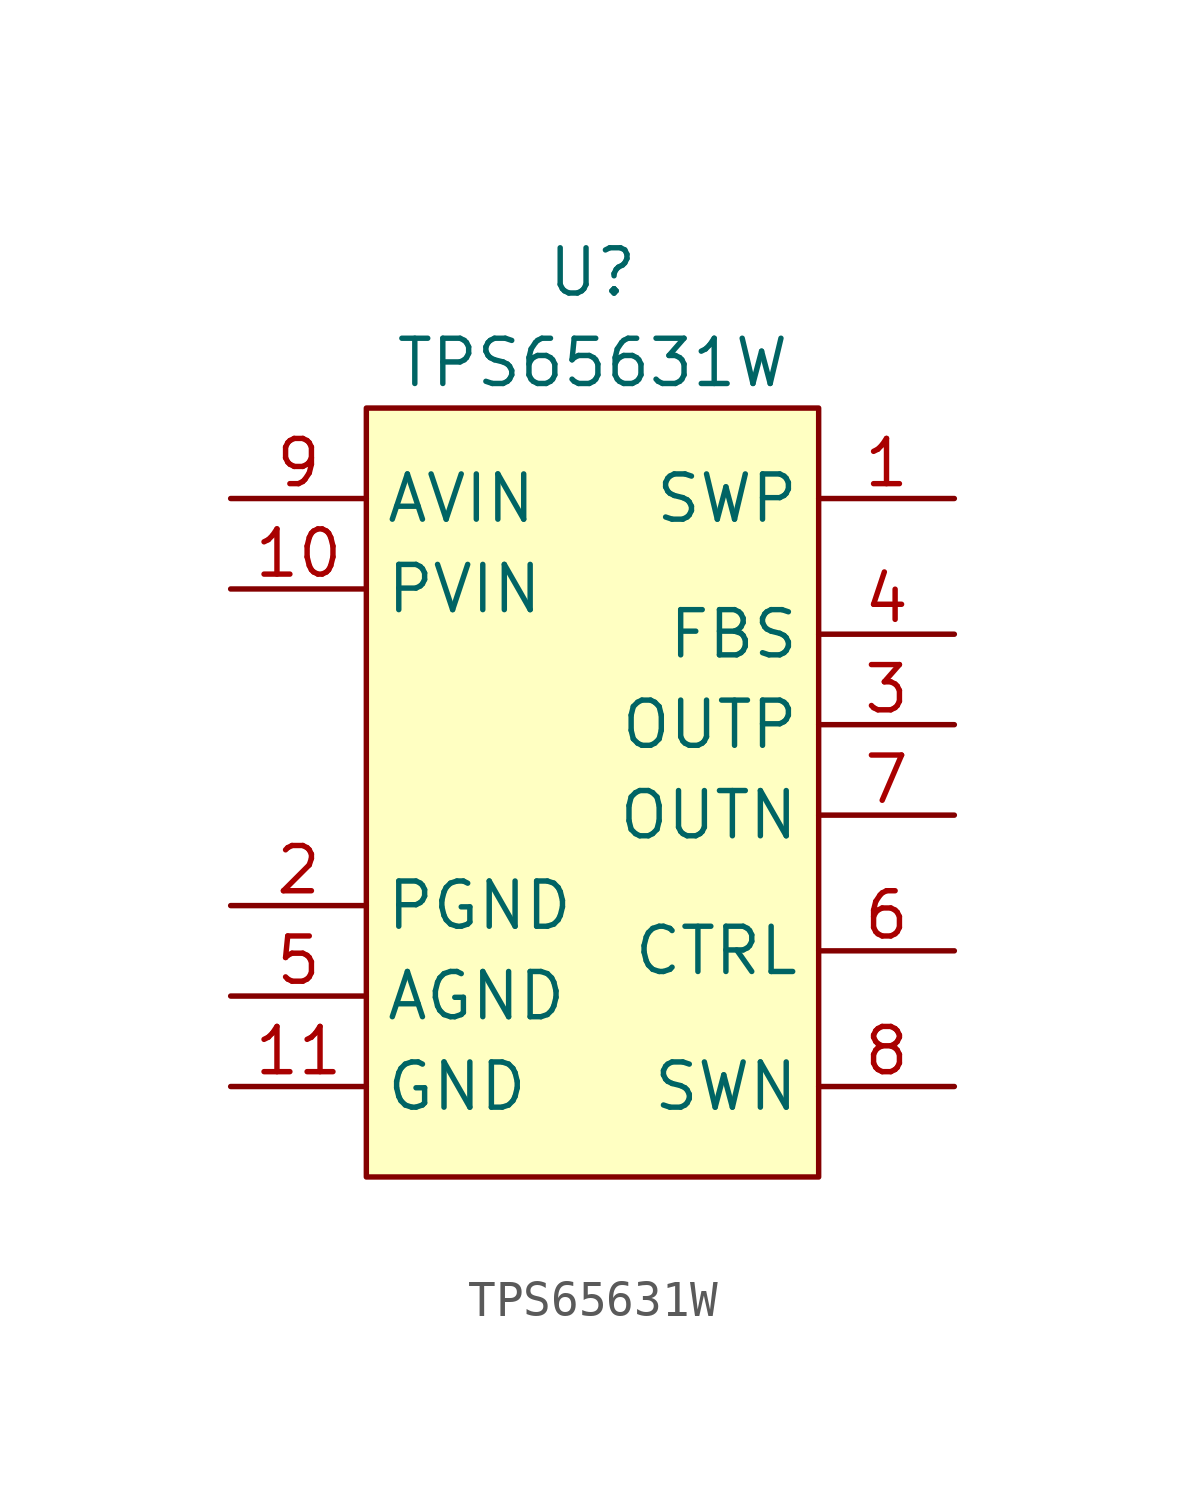
<source format=kicad_sym>
(kicad_symbol_lib
  (version 20220914)
  (generator kicad_symbol_editor)
  (symbol "TPS65631W"
    (property "Reference" "U"
      (at 0 13.97 0)
      (effects (font (size 1.27 1.27))))
    (property "Value" "TPS65631W"
      (at 0 11.43 0)
      (effects (font (size 1.27 1.27))))
    (symbol "TPS65631W_1_1"
      (rectangle (start -6.35 10.16) (end 6.35 -11.43) (stroke (width 0) (type default)) (fill (type background)))
      (pin power_out line (at 10.16 7.62 180) (length 3.81) (name "SWP" (effects (font (size 1.27 1.27)))) (number "1" (effects (font (size 1.27 1.27)))))
      (pin power_in line (at -10.16 5.08 0) (length 3.81) (name "PVIN" (effects (font (size 1.27 1.27)))) (number "10" (effects (font (size 1.27 1.27)))))
      (pin power_in line (at -10.16 -8.89 0) (length 3.81) (name "GND" (effects (font (size 1.27 1.27)))) (number "11" (effects (font (size 1.27 1.27)))))
      (pin power_in line (at -10.16 -3.81 0) (length 3.81) (name "PGND" (effects (font (size 1.27 1.27)))) (number "2" (effects (font (size 1.27 1.27)))))
      (pin power_out line (at 10.16 1.27 180) (length 3.81) (name "OUTP" (effects (font (size 1.27 1.27)))) (number "3" (effects (font (size 1.27 1.27)))))
      (pin input line (at 10.16 3.81 180) (length 3.81) (name "FBS" (effects (font (size 1.27 1.27)))) (number "4" (effects (font (size 1.27 1.27)))))
      (pin power_in line (at -10.16 -6.35 0) (length 3.81) (name "AGND" (effects (font (size 1.27 1.27)))) (number "5" (effects (font (size 1.27 1.27)))))
      (pin input line (at 10.16 -5.08 180) (length 3.81) (name "CTRL" (effects (font (size 1.27 1.27)))) (number "6" (effects (font (size 1.27 1.27)))))
      (pin power_out line (at 10.16 -1.27 180) (length 3.81) (name "OUTN" (effects (font (size 1.27 1.27)))) (number "7" (effects (font (size 1.27 1.27)))))
      (pin power_out line (at 10.16 -8.89 180) (length 3.81) (name "SWN" (effects (font (size 1.27 1.27)))) (number "8" (effects (font (size 1.27 1.27)))))
      (pin power_in line (at -10.16 7.62 0) (length 3.81) (name "AVIN" (effects (font (size 1.27 1.27)))) (number "9" (effects (font (size 1.27 1.27))))))))
</source>
